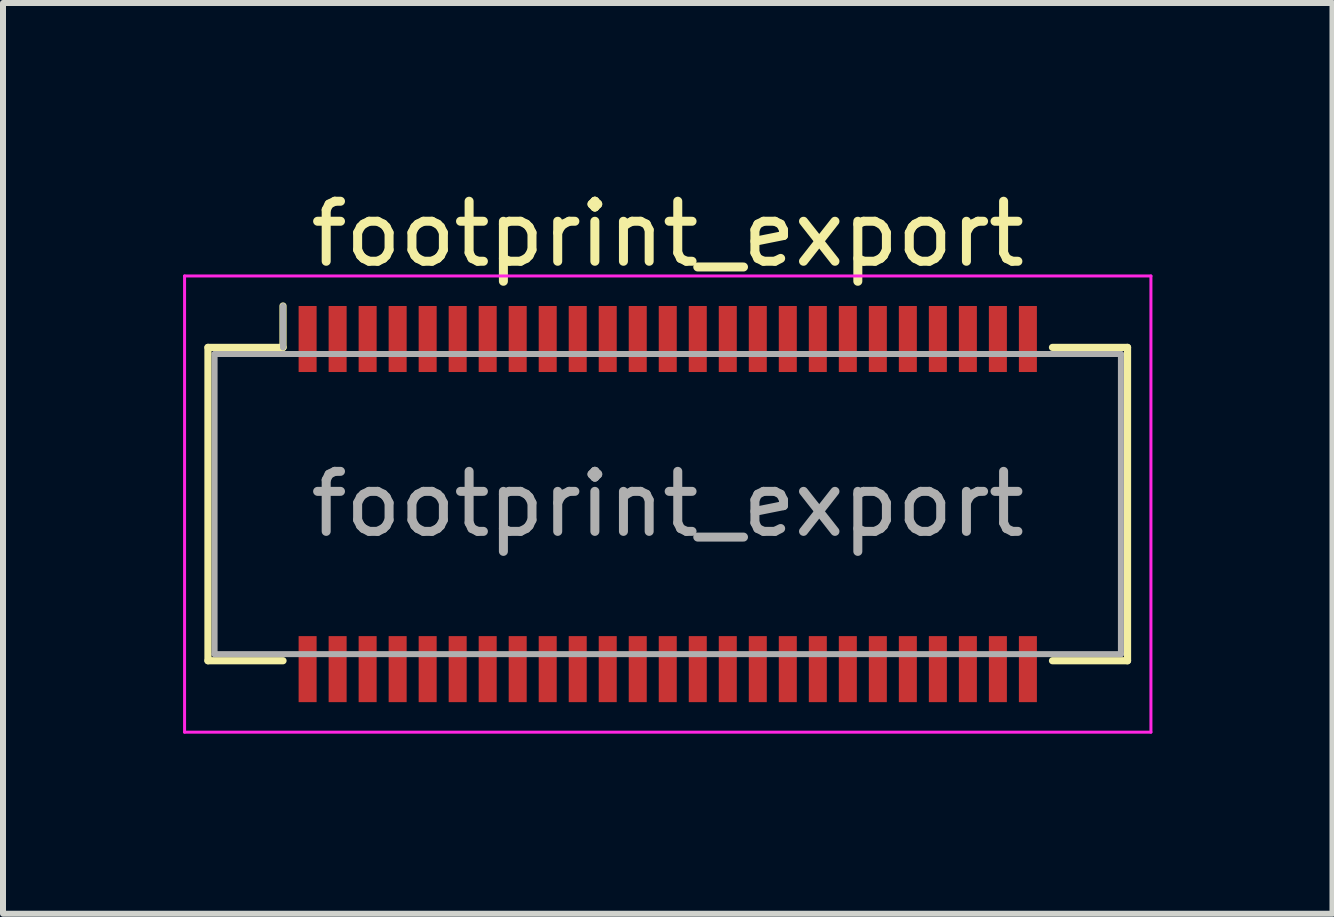
<source format=kicad_pcb>
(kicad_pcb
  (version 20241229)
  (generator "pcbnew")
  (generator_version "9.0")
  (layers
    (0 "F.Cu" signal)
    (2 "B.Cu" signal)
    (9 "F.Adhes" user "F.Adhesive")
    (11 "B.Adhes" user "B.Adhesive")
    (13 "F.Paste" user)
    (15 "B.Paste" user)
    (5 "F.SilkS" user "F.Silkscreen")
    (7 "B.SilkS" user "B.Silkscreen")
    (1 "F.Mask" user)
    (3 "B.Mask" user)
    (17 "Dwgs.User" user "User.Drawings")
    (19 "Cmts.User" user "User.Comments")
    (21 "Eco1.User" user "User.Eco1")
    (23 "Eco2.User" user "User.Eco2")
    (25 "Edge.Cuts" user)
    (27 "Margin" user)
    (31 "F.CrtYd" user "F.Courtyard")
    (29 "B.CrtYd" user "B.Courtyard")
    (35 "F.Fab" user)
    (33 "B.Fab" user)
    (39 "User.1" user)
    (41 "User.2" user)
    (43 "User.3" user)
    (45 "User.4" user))
  (footprint "footprint_export"
    (layer "F.Cu")
    (at 8.075 5.348)
    (property "Reference" "footprint_export" (at 0 -4.5 0) (layer "F.SilkS") (effects (font (size 1 1) (thickness 0.15))))
    (attr smd)
    (fp_line (start -7.66 -2.61) (end -6.41 -2.61) (stroke (width 0.12) (type solid)) (layer "F.SilkS"))
    (fp_line (start -7.66 2.61) (end -7.66 -2.61) (stroke (width 0.12) (type solid)) (layer "F.SilkS"))
    (fp_line (start -6.41 -2.61) (end -6.41 -3.3) (stroke (width 0.12) (type solid)) (layer "F.SilkS"))
    (fp_line (start -6.41 2.61) (end -7.66 2.61) (stroke (width 0.12) (type solid)) (layer "F.SilkS"))
    (fp_line (start 6.41 2.61) (end 7.66 2.61) (stroke (width 0.12) (type solid)) (layer "F.SilkS"))
    (fp_line (start 7.66 -2.61) (end 6.41 -2.61) (stroke (width 0.12) (type solid)) (layer "F.SilkS"))
    (fp_line (start 7.66 2.61) (end 7.66 -2.61) (stroke (width 0.12) (type solid)) (layer "F.SilkS"))
    (fp_line (start -8.05 -3.8) (end -8.05 3.8) (stroke (width 0.05) (type solid)) (layer "F.CrtYd"))
    (fp_line (start -8.05 3.8) (end 8.05 3.8) (stroke (width 0.05) (type solid)) (layer "F.CrtYd"))
    (fp_line (start 8.05 -3.8) (end -8.05 -3.8) (stroke (width 0.05) (type solid)) (layer "F.CrtYd"))
    (fp_line (start 8.05 3.8) (end 8.05 -3.8) (stroke (width 0.05) (type solid)) (layer "F.CrtYd"))
    (fp_line (start -7.55 -2.5) (end -7.55 2.5) (stroke (width 0.1) (type solid)) (layer "F.Fab"))
    (fp_line (start -7.55 2.5) (end 7.55 2.5) (stroke (width 0.1) (type solid)) (layer "F.Fab"))
    (fp_line (start -6.41 -2.61) (end -6.41 -3.3) (stroke (width 0.1) (type solid)) (layer "F.Fab"))
    (fp_line (start 7.55 -2.5) (end -7.55 -2.5) (stroke (width 0.1) (type solid)) (layer "F.Fab"))
    (fp_line (start 7.55 2.5) (end 7.55 -2.5) (stroke (width 0.1) (type solid)) (layer "F.Fab"))
    (fp_text user "${REFERENCE}" (at 0 0 0) (layer "F.Fab") (effects (font (size 1 1) (thickness 0.15))))
    (pad "1" smd rect (at -6 -2.75) (size 0.3 1.1) (layers "F.Cu" "F.Mask" "F.Paste"))
    (pad "2" smd rect (at -6 2.75) (size 0.3 1.1) (layers "F.Cu" "F.Mask" "F.Paste"))
    (pad "3" smd rect (at -5.5 -2.75) (size 0.3 1.1) (layers "F.Cu" "F.Mask" "F.Paste"))
    (pad "4" smd rect (at -5.5 2.75) (size 0.3 1.1) (layers "F.Cu" "F.Mask" "F.Paste"))
    (pad "5" smd rect (at -5 -2.75) (size 0.3 1.1) (layers "F.Cu" "F.Mask" "F.Paste"))
    (pad "6" smd rect (at -5 2.75) (size 0.3 1.1) (layers "F.Cu" "F.Mask" "F.Paste"))
    (pad "7" smd rect (at -4.5 -2.75) (size 0.3 1.1) (layers "F.Cu" "F.Mask" "F.Paste"))
    (pad "8" smd rect (at -4.5 2.75) (size 0.3 1.1) (layers "F.Cu" "F.Mask" "F.Paste"))
    (pad "9" smd rect (at -4 -2.75) (size 0.3 1.1) (layers "F.Cu" "F.Mask" "F.Paste"))
    (pad "10" smd rect (at -4 2.75) (size 0.3 1.1) (layers "F.Cu" "F.Mask" "F.Paste"))
    (pad "11" smd rect (at -3.5 -2.75) (size 0.3 1.1) (layers "F.Cu" "F.Mask" "F.Paste"))
    (pad "12" smd rect (at -3.5 2.75) (size 0.3 1.1) (layers "F.Cu" "F.Mask" "F.Paste"))
    (pad "13" smd rect (at -3 -2.75) (size 0.3 1.1) (layers "F.Cu" "F.Mask" "F.Paste"))
    (pad "14" smd rect (at -3 2.75) (size 0.3 1.1) (layers "F.Cu" "F.Mask" "F.Paste"))
    (pad "15" smd rect (at -2.5 -2.75) (size 0.3 1.1) (layers "F.Cu" "F.Mask" "F.Paste"))
    (pad "16" smd rect (at -2.5 2.75) (size 0.3 1.1) (layers "F.Cu" "F.Mask" "F.Paste"))
    (pad "17" smd rect (at -2 -2.75) (size 0.3 1.1) (layers "F.Cu" "F.Mask" "F.Paste"))
    (pad "18" smd rect (at -2 2.75) (size 0.3 1.1) (layers "F.Cu" "F.Mask" "F.Paste"))
    (pad "19" smd rect (at -1.5 -2.75) (size 0.3 1.1) (layers "F.Cu" "F.Mask" "F.Paste"))
    (pad "20" smd rect (at -1.5 2.75) (size 0.3 1.1) (layers "F.Cu" "F.Mask" "F.Paste"))
    (pad "21" smd rect (at -1 -2.75) (size 0.3 1.1) (layers "F.Cu" "F.Mask" "F.Paste"))
    (pad "22" smd rect (at -1 2.75) (size 0.3 1.1) (layers "F.Cu" "F.Mask" "F.Paste"))
    (pad "23" smd rect (at -0.5 -2.75) (size 0.3 1.1) (layers "F.Cu" "F.Mask" "F.Paste"))
    (pad "24" smd rect (at -0.5 2.75) (size 0.3 1.1) (layers "F.Cu" "F.Mask" "F.Paste"))
    (pad "25" smd rect (at 0 -2.75) (size 0.3 1.1) (layers "F.Cu" "F.Mask" "F.Paste"))
    (pad "26" smd rect (at 0 2.75) (size 0.3 1.1) (layers "F.Cu" "F.Mask" "F.Paste"))
    (pad "27" smd rect (at 0.5 -2.75) (size 0.3 1.1) (layers "F.Cu" "F.Mask" "F.Paste"))
    (pad "28" smd rect (at 0.5 2.75) (size 0.3 1.1) (layers "F.Cu" "F.Mask" "F.Paste"))
    (pad "29" smd rect (at 1 -2.75) (size 0.3 1.1) (layers "F.Cu" "F.Mask" "F.Paste"))
    (pad "30" smd rect (at 1 2.75) (size 0.3 1.1) (layers "F.Cu" "F.Mask" "F.Paste"))
    (pad "31" smd rect (at 1.5 -2.75) (size 0.3 1.1) (layers "F.Cu" "F.Mask" "F.Paste"))
    (pad "32" smd rect (at 1.5 2.75) (size 0.3 1.1) (layers "F.Cu" "F.Mask" "F.Paste"))
    (pad "33" smd rect (at 2 -2.75) (size 0.3 1.1) (layers "F.Cu" "F.Mask" "F.Paste"))
    (pad "34" smd rect (at 2 2.75) (size 0.3 1.1) (layers "F.Cu" "F.Mask" "F.Paste"))
    (pad "35" smd rect (at 2.5 -2.75) (size 0.3 1.1) (layers "F.Cu" "F.Mask" "F.Paste"))
    (pad "36" smd rect (at 2.5 2.75) (size 0.3 1.1) (layers "F.Cu" "F.Mask" "F.Paste"))
    (pad "37" smd rect (at 3 -2.75) (size 0.3 1.1) (layers "F.Cu" "F.Mask" "F.Paste"))
    (pad "38" smd rect (at 3 2.75) (size 0.3 1.1) (layers "F.Cu" "F.Mask" "F.Paste"))
    (pad "39" smd rect (at 3.5 -2.75) (size 0.3 1.1) (layers "F.Cu" "F.Mask" "F.Paste"))
    (pad "40" smd rect (at 3.5 2.75) (size 0.3 1.1) (layers "F.Cu" "F.Mask" "F.Paste"))
    (pad "41" smd rect (at 4 -2.75) (size 0.3 1.1) (layers "F.Cu" "F.Mask" "F.Paste"))
    (pad "42" smd rect (at 4 2.75) (size 0.3 1.1) (layers "F.Cu" "F.Mask" "F.Paste"))
    (pad "43" smd rect (at 4.5 -2.75) (size 0.3 1.1) (layers "F.Cu" "F.Mask" "F.Paste"))
    (pad "44" smd rect (at 4.5 2.75) (size 0.3 1.1) (layers "F.Cu" "F.Mask" "F.Paste"))
    (pad "45" smd rect (at 5 -2.75) (size 0.3 1.1) (layers "F.Cu" "F.Mask" "F.Paste"))
    (pad "46" smd rect (at 5 2.75) (size 0.3 1.1) (layers "F.Cu" "F.Mask" "F.Paste"))
    (pad "47" smd rect (at 5.5 -2.75) (size 0.3 1.1) (layers "F.Cu" "F.Mask" "F.Paste"))
    (pad "48" smd rect (at 5.5 2.75) (size 0.3 1.1) (layers "F.Cu" "F.Mask" "F.Paste"))
    (pad "49" smd rect (at 6 -2.75) (size 0.3 1.1) (layers "F.Cu" "F.Mask" "F.Paste"))
    (pad "50" smd rect (at 6 2.75) (size 0.3 1.1) (layers "F.Cu" "F.Mask" "F.Paste")))
  (gr_rect
    (start -3 -3)
    (end 19.15 12.173)
    (stroke (width 0.1) (type default))
    (fill no)
    (layer "Edge.Cuts")))
</source>
